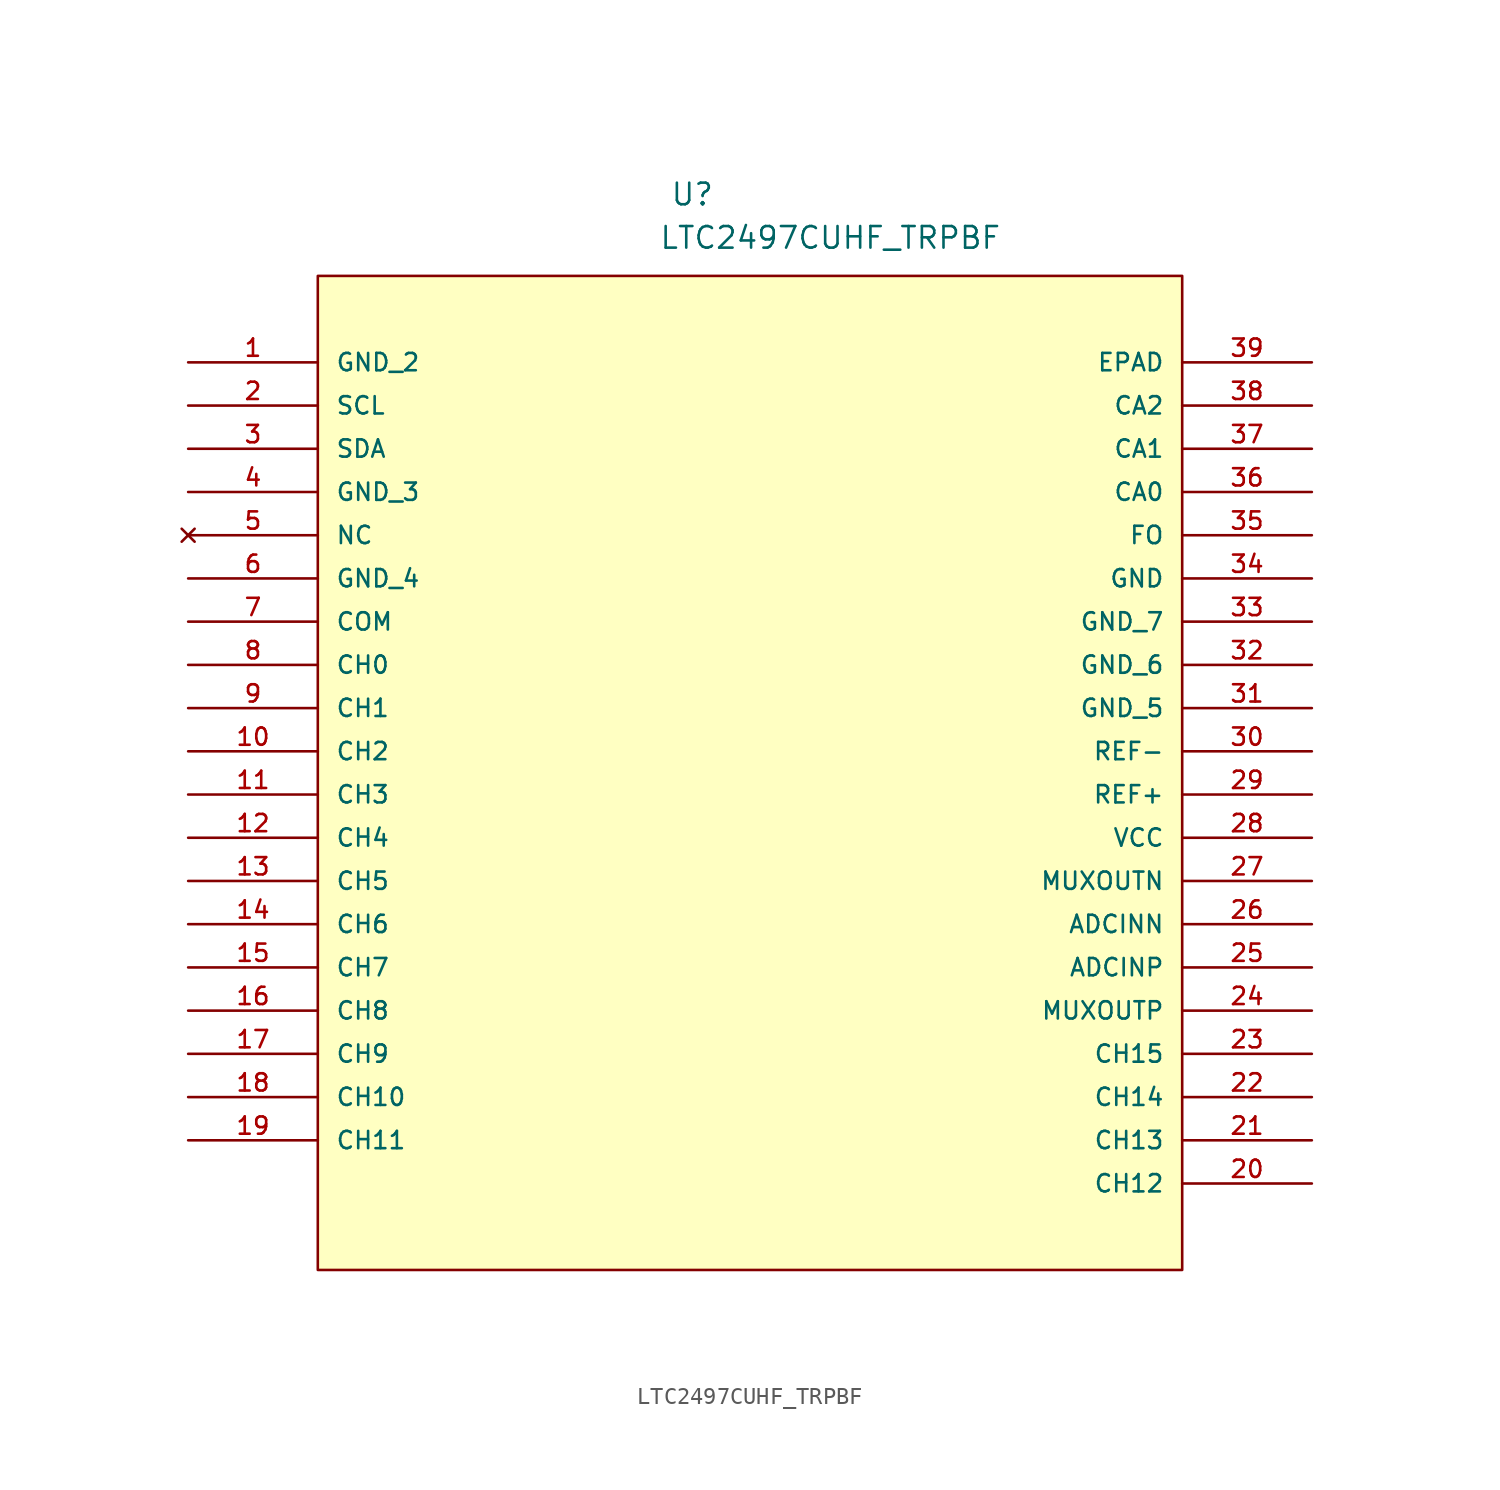
<source format=kicad_sym>
(kicad_symbol_lib
  (version 20211014)
  (generator kicad_symbol_editor)
  (symbol "LTC2497CUHF_TRPBF"
    (pin_names
      (offset 1.016))
    (property "Reference" "U"
      (at 28.32 9.127 0.0)
      (effects (font (size 1.27 1.27)) (justify bottom left)))
    (property "Value" "LTC2497CUHF_TRPBF"
      (at 27.661 6.579 0.0)
      (effects (font (size 1.27 1.27)) (justify bottom left)))
    (symbol "LTC2497CUHF_TRPBF_0_0"
      (rectangle (start 7.62 -53.34) (end 58.42 5.08) (stroke (width 0.152)) (fill (type background)))
      (pin power_in line (at 0.0 0.0 0) (length 7.62) (name "GND_2" (effects (font (size 1.016 1.016)))) (number "1" (effects (font (size 1.016 1.016)))))
      (pin passive line (at 0.0 -2.54 0) (length 7.62) (name "SCL" (effects (font (size 1.016 1.016)))) (number "2" (effects (font (size 1.016 1.016)))))
      (pin bidirectional line (at 0.0 -5.08 0) (length 7.62) (name "SDA" (effects (font (size 1.016 1.016)))) (number "3" (effects (font (size 1.016 1.016)))))
      (pin power_in line (at 0.0 -7.62 0) (length 7.62) (name "GND_3" (effects (font (size 1.016 1.016)))) (number "4" (effects (font (size 1.016 1.016)))))
      (pin no_connect line (at 0.0 -10.16 0) (length 7.62) (name "NC" (effects (font (size 1.016 1.016)))) (number "5" (effects (font (size 1.016 1.016)))))
      (pin power_in line (at 0.0 -12.7 0) (length 7.62) (name "GND_4" (effects (font (size 1.016 1.016)))) (number "6" (effects (font (size 1.016 1.016)))))
      (pin input line (at 0.0 -15.24 0) (length 7.62) (name "COM" (effects (font (size 1.016 1.016)))) (number "7" (effects (font (size 1.016 1.016)))))
      (pin input line (at 0.0 -17.78 0) (length 7.62) (name "CH0" (effects (font (size 1.016 1.016)))) (number "8" (effects (font (size 1.016 1.016)))))
      (pin input line (at 0.0 -20.32 0) (length 7.62) (name "CH1" (effects (font (size 1.016 1.016)))) (number "9" (effects (font (size 1.016 1.016)))))
      (pin input line (at 0.0 -22.86 0) (length 7.62) (name "CH2" (effects (font (size 1.016 1.016)))) (number "10" (effects (font (size 1.016 1.016)))))
      (pin input line (at 0.0 -25.4 0) (length 7.62) (name "CH3" (effects (font (size 1.016 1.016)))) (number "11" (effects (font (size 1.016 1.016)))))
      (pin input line (at 0.0 -27.94 0) (length 7.62) (name "CH4" (effects (font (size 1.016 1.016)))) (number "12" (effects (font (size 1.016 1.016)))))
      (pin input line (at 0.0 -30.48 0) (length 7.62) (name "CH5" (effects (font (size 1.016 1.016)))) (number "13" (effects (font (size 1.016 1.016)))))
      (pin input line (at 0.0 -33.02 0) (length 7.62) (name "CH6" (effects (font (size 1.016 1.016)))) (number "14" (effects (font (size 1.016 1.016)))))
      (pin input line (at 0.0 -35.56 0) (length 7.62) (name "CH7" (effects (font (size 1.016 1.016)))) (number "15" (effects (font (size 1.016 1.016)))))
      (pin input line (at 0.0 -38.1 0) (length 7.62) (name "CH8" (effects (font (size 1.016 1.016)))) (number "16" (effects (font (size 1.016 1.016)))))
      (pin input line (at 0.0 -40.64 0) (length 7.62) (name "CH9" (effects (font (size 1.016 1.016)))) (number "17" (effects (font (size 1.016 1.016)))))
      (pin input line (at 0.0 -43.18 0) (length 7.62) (name "CH10" (effects (font (size 1.016 1.016)))) (number "18" (effects (font (size 1.016 1.016)))))
      (pin input line (at 0.0 -45.72 0) (length 7.62) (name "CH11" (effects (font (size 1.016 1.016)))) (number "19" (effects (font (size 1.016 1.016)))))
      (pin input line (at 66.04 -48.26 180.0) (length 7.62) (name "CH12" (effects (font (size 1.016 1.016)))) (number "20" (effects (font (size 1.016 1.016)))))
      (pin input line (at 66.04 -45.72 180.0) (length 7.62) (name "CH13" (effects (font (size 1.016 1.016)))) (number "21" (effects (font (size 1.016 1.016)))))
      (pin input line (at 66.04 -43.18 180.0) (length 7.62) (name "CH14" (effects (font (size 1.016 1.016)))) (number "22" (effects (font (size 1.016 1.016)))))
      (pin input line (at 66.04 -40.64 180.0) (length 7.62) (name "CH15" (effects (font (size 1.016 1.016)))) (number "23" (effects (font (size 1.016 1.016)))))
      (pin output line (at 66.04 -38.1 180.0) (length 7.62) (name "MUXOUTP" (effects (font (size 1.016 1.016)))) (number "24" (effects (font (size 1.016 1.016)))))
      (pin input line (at 66.04 -35.56 180.0) (length 7.62) (name "ADCINP" (effects (font (size 1.016 1.016)))) (number "25" (effects (font (size 1.016 1.016)))))
      (pin input line (at 66.04 -33.02 180.0) (length 7.62) (name "ADCINN" (effects (font (size 1.016 1.016)))) (number "26" (effects (font (size 1.016 1.016)))))
      (pin output line (at 66.04 -30.48 180.0) (length 7.62) (name "MUXOUTN" (effects (font (size 1.016 1.016)))) (number "27" (effects (font (size 1.016 1.016)))))
      (pin power_in line (at 66.04 -27.94 180.0) (length 7.62) (name "VCC" (effects (font (size 1.016 1.016)))) (number "28" (effects (font (size 1.016 1.016)))))
      (pin input line (at 66.04 -25.4 180.0) (length 7.62) (name "REF+" (effects (font (size 1.016 1.016)))) (number "29" (effects (font (size 1.016 1.016)))))
      (pin input line (at 66.04 -22.86 180.0) (length 7.62) (name "REF-" (effects (font (size 1.016 1.016)))) (number "30" (effects (font (size 1.016 1.016)))))
      (pin power_in line (at 66.04 -20.32 180.0) (length 7.62) (name "GND_5" (effects (font (size 1.016 1.016)))) (number "31" (effects (font (size 1.016 1.016)))))
      (pin power_in line (at 66.04 -17.78 180.0) (length 7.62) (name "GND_6" (effects (font (size 1.016 1.016)))) (number "32" (effects (font (size 1.016 1.016)))))
      (pin power_in line (at 66.04 -15.24 180.0) (length 7.62) (name "GND_7" (effects (font (size 1.016 1.016)))) (number "33" (effects (font (size 1.016 1.016)))))
      (pin power_in line (at 66.04 -12.7 180.0) (length 7.62) (name "GND" (effects (font (size 1.016 1.016)))) (number "34" (effects (font (size 1.016 1.016)))))
      (pin input line (at 66.04 -10.16 180.0) (length 7.62) (name "FO" (effects (font (size 1.016 1.016)))) (number "35" (effects (font (size 1.016 1.016)))))
      (pin passive line (at 66.04 -7.62 180.0) (length 7.62) (name "CA0" (effects (font (size 1.016 1.016)))) (number "36" (effects (font (size 1.016 1.016)))))
      (pin passive line (at 66.04 -5.08 180.0) (length 7.62) (name "CA1" (effects (font (size 1.016 1.016)))) (number "37" (effects (font (size 1.016 1.016)))))
      (pin passive line (at 66.04 -2.54 180.0) (length 7.62) (name "CA2" (effects (font (size 1.016 1.016)))) (number "38" (effects (font (size 1.016 1.016)))))
      (pin passive line (at 66.04 0.0 180.0) (length 7.62) (name "EPAD" (effects (font (size 1.016 1.016)))) (number "39" (effects (font (size 1.016 1.016))))))))
</source>
